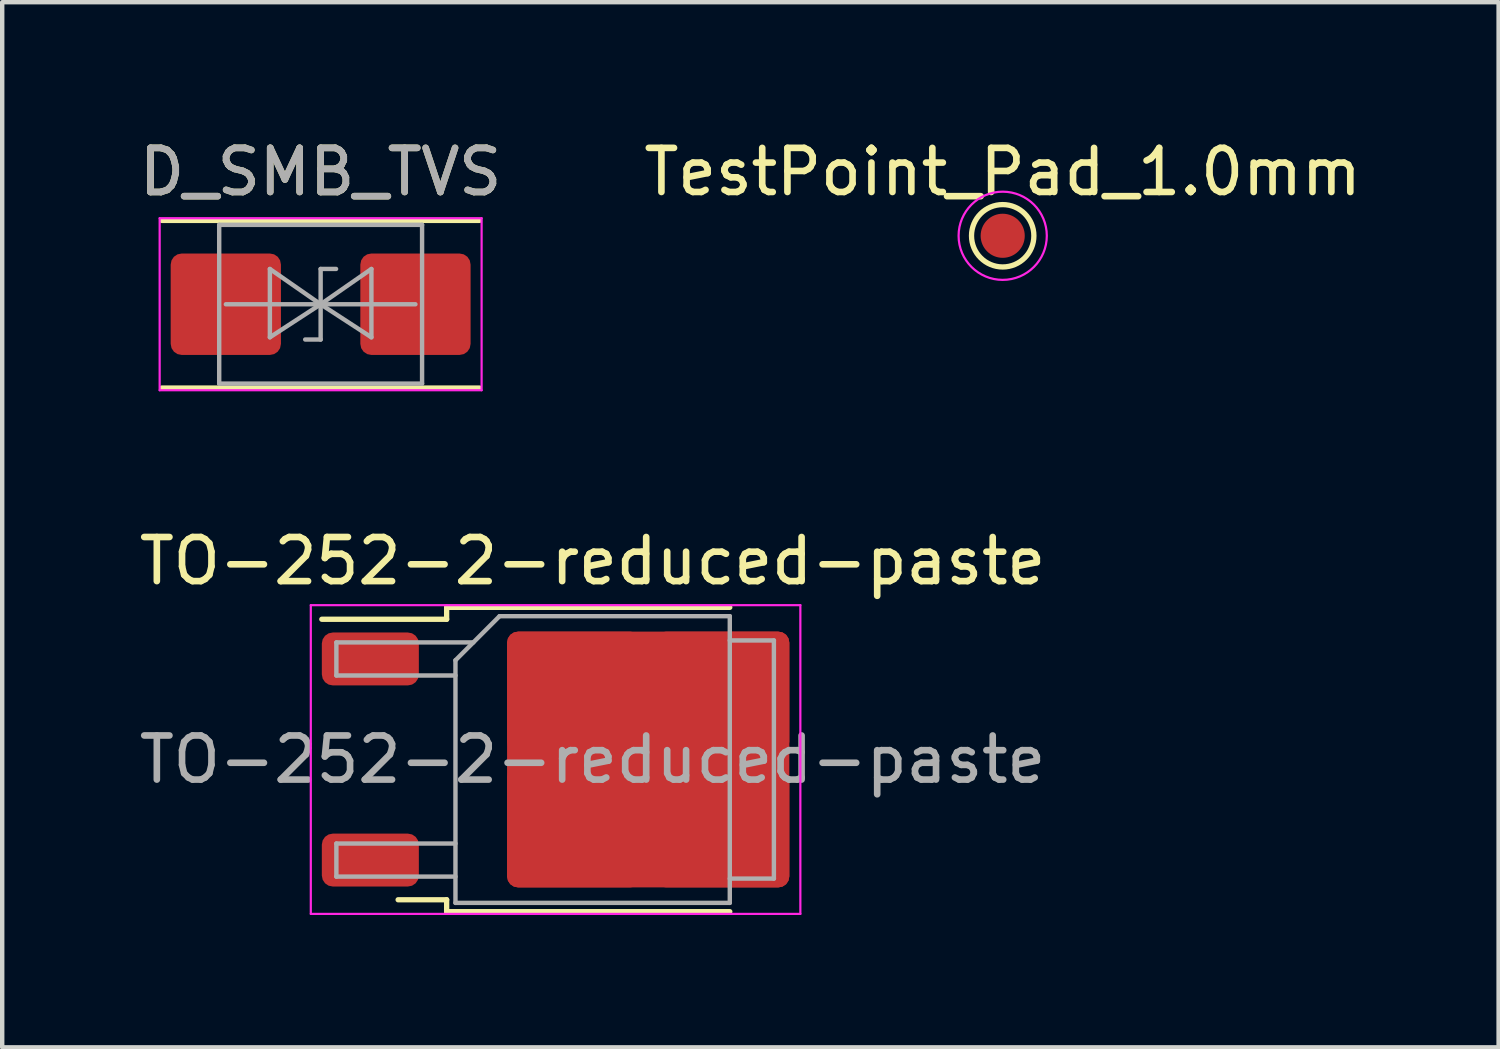
<source format=kicad_pcb>
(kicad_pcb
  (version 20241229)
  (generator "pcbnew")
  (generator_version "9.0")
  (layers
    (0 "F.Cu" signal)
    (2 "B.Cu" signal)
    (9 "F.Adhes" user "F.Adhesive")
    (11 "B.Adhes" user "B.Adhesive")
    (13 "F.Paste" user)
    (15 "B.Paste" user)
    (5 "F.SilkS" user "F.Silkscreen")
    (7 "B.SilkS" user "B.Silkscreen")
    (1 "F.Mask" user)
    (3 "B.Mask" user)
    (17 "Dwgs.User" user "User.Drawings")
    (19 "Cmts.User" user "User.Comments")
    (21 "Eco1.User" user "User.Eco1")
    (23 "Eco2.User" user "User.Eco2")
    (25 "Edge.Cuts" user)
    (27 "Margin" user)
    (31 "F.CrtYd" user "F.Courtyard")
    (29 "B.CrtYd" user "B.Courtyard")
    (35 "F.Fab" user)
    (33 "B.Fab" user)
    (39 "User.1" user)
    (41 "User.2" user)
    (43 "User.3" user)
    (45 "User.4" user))
  (footprint "TestPoint_Pad_1.0mm"
    (layer "F.Cu")
    (at 19.685 2.296)
    (property "Reference" "TestPoint_Pad_1.0mm" (at 0 -1.448 0) (layer "F.SilkS") (effects (font (size 1 1) (thickness 0.15))))
    (attr exclude_from_pos_files exclude_from_bom)
    (fp_circle (center 0 0) (end 0.5 0.5) (stroke (width 0.12) (type default)) (fill no) (layer "F.SilkS"))
    (fp_circle (center 0 0) (end 0.6 0.8) (stroke (width 0.05) (type default)) (fill no) (layer "F.CrtYd"))
    (pad "1" smd circle (at 0 0) (size 1 1) (layers "F.Cu" "F.Mask")))
  (footprint "TO-252-2-reduced-paste"
    (layer "F.Cu")
    (at 10.387 14.171)
    (property "Reference" "TO-252-2-reduced-paste" (at 0 -4.5 0) (layer "F.SilkS") (effects (font (size 1 1) (thickness 0.15))))
    (attr smd)
    (fp_line (start -3.31 -3.45) (end -3.31 -3.18) (stroke (width 0.12) (type solid)) (layer "F.SilkS"))
    (fp_line (start -3.31 -3.18) (end -6.14 -3.18) (stroke (width 0.12) (type solid)) (layer "F.SilkS"))
    (fp_line (start -3.31 3.18) (end -4.41 3.18) (stroke (width 0.12) (type solid)) (layer "F.SilkS"))
    (fp_line (start -3.31 3.45) (end -3.31 3.18) (stroke (width 0.12) (type solid)) (layer "F.SilkS"))
    (fp_line (start 3.11 -3.45) (end -3.31 -3.45) (stroke (width 0.12) (type solid)) (layer "F.SilkS"))
    (fp_line (start 3.11 3.45) (end -3.31 3.45) (stroke (width 0.12) (type solid)) (layer "F.SilkS"))
    (fp_line (start -6.39 -3.5) (end -6.39 3.5) (stroke (width 0.05) (type solid)) (layer "F.CrtYd"))
    (fp_line (start -6.39 3.5) (end 4.71 3.5) (stroke (width 0.05) (type solid)) (layer "F.CrtYd"))
    (fp_line (start 4.71 -3.5) (end -6.39 -3.5) (stroke (width 0.05) (type solid)) (layer "F.CrtYd"))
    (fp_line (start 4.71 3.5) (end 4.71 -3.5) (stroke (width 0.05) (type solid)) (layer "F.CrtYd"))
    (fp_line (start -5.81 -2.655) (end -5.81 -1.905) (stroke (width 0.1) (type solid)) (layer "F.Fab"))
    (fp_line (start -5.81 -1.905) (end -3.11 -1.905) (stroke (width 0.1) (type solid)) (layer "F.Fab"))
    (fp_line (start -5.81 1.905) (end -5.81 2.655) (stroke (width 0.1) (type solid)) (layer "F.Fab"))
    (fp_line (start -5.81 2.655) (end -3.11 2.655) (stroke (width 0.1) (type solid)) (layer "F.Fab"))
    (fp_line (start -3.11 -2.25) (end -2.11 -3.25) (stroke (width 0.1) (type solid)) (layer "F.Fab"))
    (fp_line (start -3.11 1.905) (end -5.81 1.905) (stroke (width 0.1) (type solid)) (layer "F.Fab"))
    (fp_line (start -3.11 3.25) (end -3.11 -2.25) (stroke (width 0.1) (type solid)) (layer "F.Fab"))
    (fp_line (start -2.705 -2.655) (end -5.81 -2.655) (stroke (width 0.1) (type solid)) (layer "F.Fab"))
    (fp_line (start -2.11 -3.25) (end 3.11 -3.25) (stroke (width 0.1) (type solid)) (layer "F.Fab"))
    (fp_line (start 3.11 -3.25) (end 3.11 3.25) (stroke (width 0.1) (type solid)) (layer "F.Fab"))
    (fp_line (start 3.11 -2.7) (end 4.11 -2.7) (stroke (width 0.1) (type solid)) (layer "F.Fab"))
    (fp_line (start 3.11 3.25) (end -3.11 3.25) (stroke (width 0.1) (type solid)) (layer "F.Fab"))
    (fp_line (start 4.11 -2.7) (end 4.11 2.7) (stroke (width 0.1) (type solid)) (layer "F.Fab"))
    (fp_line (start 4.11 2.7) (end 3.11 2.7) (stroke (width 0.1) (type solid)) (layer "F.Fab"))
    (fp_text user "${REFERENCE}" (at 0 0 0) (layer "F.Fab") (effects (font (size 1 1) (thickness 0.15))))
    (pad "1" smd roundrect (at -5.04 -2.28) (size 2.2 1.2) (layers "F.Cu" "F.Mask" "F.Paste") (roundrect_rratio 0.208))
    (pad "2" smd roundrect (at -0.415 -1.525) (size 3.05 2.75) (layers "F.Cu" "F.Paste") (roundrect_rratio 0.091))
    (pad "2" smd roundrect (at -0.415 1.525) (size 3.05 2.75) (layers "F.Cu" "F.Paste") (roundrect_rratio 0.091))
    (pad "2" smd roundrect (at 1.26 0) (size 6.4 5.8) (layers "F.Cu" "F.Mask") (roundrect_rratio 0.043))
    (pad "2" smd roundrect (at 2.935 -1.525) (size 3.05 2.75) (layers "F.Cu" "F.Paste") (roundrect_rratio 0.091))
    (pad "2" smd roundrect (at 2.935 1.525) (size 3.05 2.75) (layers "F.Cu" "F.Paste") (roundrect_rratio 0.091))
    (pad "3" smd roundrect (at -5.04 2.28) (size 2.2 1.2) (layers "F.Cu" "F.Mask" "F.Paste") (roundrect_rratio 0.208)))
  (footprint "D_SMB_TVS"
    (layer "F.Cu")
    (at 4.22 3.848)
    (property "Reference" "D_SMB_TVS" (at 0 -3 0) (layer "F.SilkS") (effects (font (size 1 1) (thickness 0.15))))
    (attr smd)
    (fp_line (start -3.6 -1.9) (end 3.6 -1.9) (stroke (width 0.12) (type solid)) (layer "F.SilkS"))
    (fp_line (start -3.6 1.9) (end 3.6 1.9) (stroke (width 0.12) (type solid)) (layer "F.SilkS"))
    (fp_line (start -3.65 -1.95) (end 3.65 -1.95) (stroke (width 0.05) (type solid)) (layer "F.CrtYd"))
    (fp_line (start -3.65 1.95) (end -3.65 -1.95) (stroke (width 0.05) (type solid)) (layer "F.CrtYd"))
    (fp_line (start 3.65 -1.95) (end 3.65 1.95) (stroke (width 0.05) (type solid)) (layer "F.CrtYd"))
    (fp_line (start 3.65 1.95) (end -3.65 1.95) (stroke (width 0.05) (type solid)) (layer "F.CrtYd"))
    (fp_line (start -2.3 1.8) (end -2.3 -1.8) (stroke (width 0.1) (type solid)) (layer "F.Fab"))
    (fp_line (start -1.151 0.75) (end -1.151 -0.799) (stroke (width 0.1) (type solid)) (layer "F.Fab"))
    (fp_line (start 0 -0.8) (end 0.35 -0.8) (stroke (width 0.1) (type solid)) (layer "F.Fab"))
    (fp_line (start 0 -0.799) (end 0 0.801) (stroke (width 0.1) (type solid)) (layer "F.Fab"))
    (fp_line (start 0 0.001) (end -2.149 0.001) (stroke (width 0.1) (type solid)) (layer "F.Fab"))
    (fp_line (start 0 0.001) (end -1.151 -0.799) (stroke (width 0.1) (type solid)) (layer "F.Fab"))
    (fp_line (start 0 0.001) (end -1.151 0.75) (stroke (width 0.1) (type solid)) (layer "F.Fab"))
    (fp_line (start 0 0.001) (end 1.151 -0.799) (stroke (width 0.1) (type solid)) (layer "F.Fab"))
    (fp_line (start 0 0.001) (end 1.151 0.75) (stroke (width 0.1) (type solid)) (layer "F.Fab"))
    (fp_line (start 0 0.001) (end 2.149 0.001) (stroke (width 0.1) (type solid)) (layer "F.Fab"))
    (fp_line (start 0 0.8) (end -0.35 0.8) (stroke (width 0.1) (type solid)) (layer "F.Fab"))
    (fp_line (start 1.151 0.75) (end 1.151 -0.799) (stroke (width 0.1) (type solid)) (layer "F.Fab"))
    (fp_line (start 2.3 -1.8) (end -2.3 -1.8) (stroke (width 0.1) (type solid)) (layer "F.Fab"))
    (fp_line (start 2.3 -1.8) (end 2.3 1.8) (stroke (width 0.1) (type solid)) (layer "F.Fab"))
    (fp_line (start 2.3 1.8) (end -2.3 1.8) (stroke (width 0.1) (type solid)) (layer "F.Fab"))
    (fp_text user "${REFERENCE}" (at 0 -3 0) (layer "F.Fab") (effects (font (size 1 1) (thickness 0.15))))
    (pad "1" smd roundrect (at -2.15 0) (size 2.5 2.3) (layers "F.Cu" "F.Mask" "F.Paste") (roundrect_rratio 0.109))
    (pad "2" smd roundrect (at 2.15 0) (size 2.5 2.3) (layers "F.Cu" "F.Mask" "F.Paste") (roundrect_rratio 0.109)))
  (gr_rect
    (start -3 -3)
    (end 30.929 20.697)
    (stroke (width 0.1) (type default))
    (fill no)
    (layer "Edge.Cuts")))
</source>
